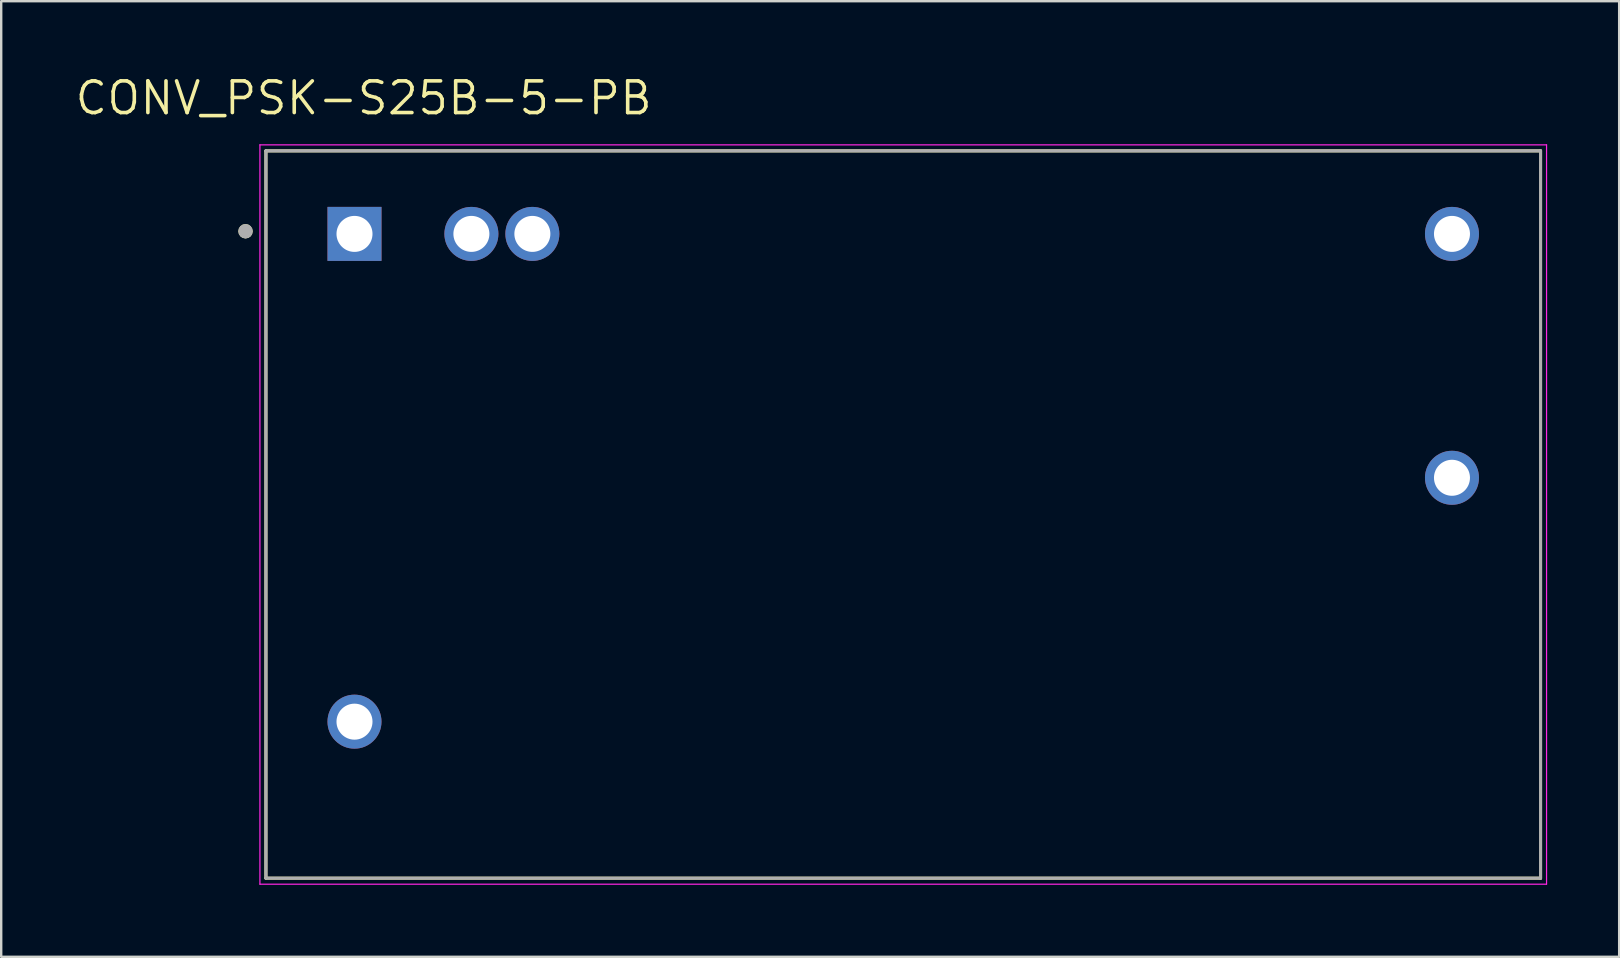
<source format=kicad_pcb>
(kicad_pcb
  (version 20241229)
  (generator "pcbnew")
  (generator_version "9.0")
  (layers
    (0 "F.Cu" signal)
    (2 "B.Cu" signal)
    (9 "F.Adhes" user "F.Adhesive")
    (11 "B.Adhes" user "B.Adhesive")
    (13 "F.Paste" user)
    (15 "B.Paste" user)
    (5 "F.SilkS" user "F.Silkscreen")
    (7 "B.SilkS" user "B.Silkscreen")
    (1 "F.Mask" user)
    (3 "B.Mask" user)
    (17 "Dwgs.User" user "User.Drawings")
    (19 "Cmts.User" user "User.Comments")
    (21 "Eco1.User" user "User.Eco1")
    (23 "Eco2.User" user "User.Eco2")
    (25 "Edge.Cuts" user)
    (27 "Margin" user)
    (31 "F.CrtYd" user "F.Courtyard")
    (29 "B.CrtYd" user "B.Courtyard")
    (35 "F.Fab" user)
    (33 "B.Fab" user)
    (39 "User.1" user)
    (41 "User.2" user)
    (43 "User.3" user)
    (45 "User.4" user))
  (footprint "CONV_PSK-S25B-5-PB"
    (layer "F.Cu")
    (at 34.578 18.384)
    (property "Reference" "CONV_PSK-S25B-5-PB" (at -22.479 -17.348 0) (layer "F.SilkS") (effects (font (size 1.32 1.32) (thickness 0.15))))
    (attr through_hole)
    (fp_line (start -26.55 -15.15) (end 26.55 -15.15) (stroke (width 0.127) (type solid)) (layer "F.SilkS"))
    (fp_line (start -26.55 15.15) (end -26.55 -15.15) (stroke (width 0.127) (type solid)) (layer "F.SilkS"))
    (fp_line (start 26.55 -15.15) (end 26.55 15.15) (stroke (width 0.127) (type solid)) (layer "F.SilkS"))
    (fp_line (start 26.55 15.15) (end -26.55 15.15) (stroke (width 0.127) (type solid)) (layer "F.SilkS"))
    (fp_circle (center -27.4 -11.8) (end -27.25 -11.8) (stroke (width 0.3) (type solid)) (fill no) (layer "F.SilkS"))
    (fp_line (start -26.8 -15.4) (end 26.8 -15.4) (stroke (width 0.05) (type solid)) (layer "F.CrtYd"))
    (fp_line (start -26.8 15.4) (end -26.8 -15.4) (stroke (width 0.05) (type solid)) (layer "F.CrtYd"))
    (fp_line (start 26.8 -15.4) (end 26.8 15.4) (stroke (width 0.05) (type solid)) (layer "F.CrtYd"))
    (fp_line (start 26.8 15.4) (end -26.8 15.4) (stroke (width 0.05) (type solid)) (layer "F.CrtYd"))
    (fp_line (start -26.55 -15.15) (end 26.55 -15.15) (stroke (width 0.127) (type solid)) (layer "F.Fab"))
    (fp_line (start -26.55 15.15) (end -26.55 -15.15) (stroke (width 0.127) (type solid)) (layer "F.Fab"))
    (fp_line (start 26.55 -15.15) (end 26.55 15.15) (stroke (width 0.127) (type solid)) (layer "F.Fab"))
    (fp_line (start 26.55 15.15) (end -26.55 15.15) (stroke (width 0.127) (type solid)) (layer "F.Fab"))
    (fp_circle (center -27.4 -11.8) (end -27.25 -11.8) (stroke (width 0.3) (type solid)) (fill no) (layer "F.Fab"))
    (pad "1" thru_hole rect (at -22.86 -11.69) (size 2.25 2.25) (drill 1.5) (layers "*.Cu" "*.Mask"))
    (pad "2" thru_hole circle (at -22.86 8.63) (size 2.25 2.25) (drill 1.5) (layers "*.Cu" "*.Mask"))
    (pad "3" thru_hole circle (at 22.86 -1.53) (size 2.25 2.25) (drill 1.5) (layers "*.Cu" "*.Mask"))
    (pad "4" thru_hole circle (at 22.86 -11.69) (size 2.25 2.25) (drill 1.5) (layers "*.Cu" "*.Mask"))
    (pad "5" thru_hole circle (at -17.99 -11.69) (size 2.25 2.25) (drill 1.5) (layers "*.Cu" "*.Mask"))
    (pad "6" thru_hole circle (at -15.45 -11.69) (size 2.25 2.25) (drill 1.5) (layers "*.Cu" "*.Mask")))
  (gr_rect
    (start -3 -3)
    (end 64.403 36.809)
    (stroke (width 0.1) (type default))
    (fill no)
    (layer "Edge.Cuts")))
</source>
